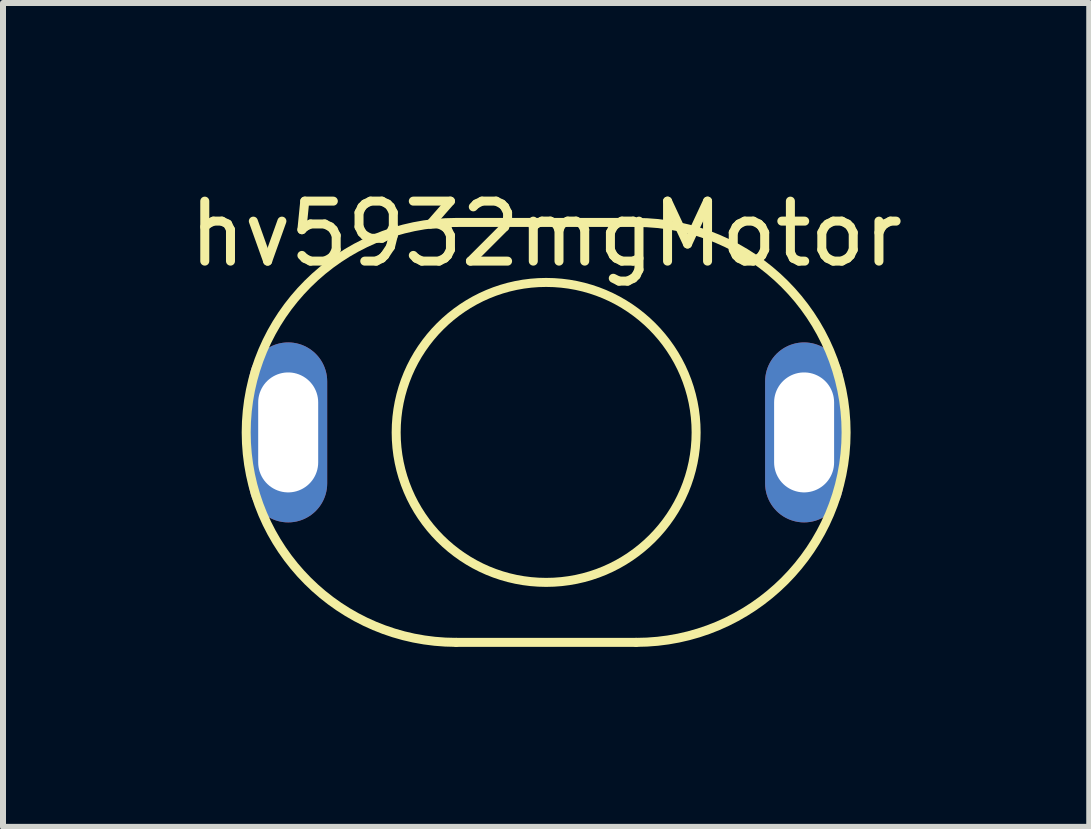
<source format=kicad_pcb>
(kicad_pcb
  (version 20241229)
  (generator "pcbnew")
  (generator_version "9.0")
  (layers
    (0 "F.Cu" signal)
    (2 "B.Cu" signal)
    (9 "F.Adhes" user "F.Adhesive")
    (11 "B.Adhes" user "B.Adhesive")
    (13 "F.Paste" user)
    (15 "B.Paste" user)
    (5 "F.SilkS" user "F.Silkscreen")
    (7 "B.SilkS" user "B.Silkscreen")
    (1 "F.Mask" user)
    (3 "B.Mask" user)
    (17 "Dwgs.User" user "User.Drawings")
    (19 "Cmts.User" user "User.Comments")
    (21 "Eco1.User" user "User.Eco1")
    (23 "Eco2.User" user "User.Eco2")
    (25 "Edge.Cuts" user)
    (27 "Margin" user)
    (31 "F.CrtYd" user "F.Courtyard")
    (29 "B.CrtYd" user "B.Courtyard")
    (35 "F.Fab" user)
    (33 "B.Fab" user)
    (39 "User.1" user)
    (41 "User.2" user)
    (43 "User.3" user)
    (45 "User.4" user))
  (footprint "hv5932mgMotor"
    (layer "F.Cu")
    (at 6.054 4.158)
    (property "Reference" "hv5932mgMotor" (at 0 -3.31 0) (layer "F.SilkS") (effects (font (size 1 1) (thickness 0.15))))
    (attr through_hole)
    (fp_line (start -1.5 -3.5) (end 1.5 -3.5) (stroke (width 0.15) (type solid)) (layer "F.SilkS"))
    (fp_line (start -1.5 3.5) (end 1.5 3.5) (stroke (width 0.15) (type solid)) (layer "F.SilkS"))
    (fp_arc (start -1.5 3.5) (mid -5 0) (end -1.5 -3.5) (stroke (width 0.15) (type solid)) (layer "F.SilkS"))
    (fp_arc (start 1.5 -3.5) (mid 5 0) (end 1.5 3.5) (stroke (width 0.15) (type solid)) (layer "F.SilkS"))
    (fp_circle (center 0 0) (end 2.5 0) (stroke (width 0.15) (type solid)) (fill no) (layer "F.SilkS"))
    (pad "1" thru_hole oval (at -4.3 0) (size 1.3 3) (drill oval 1 2) (layers "*.Cu" "*.Mask"))
    (pad "2" thru_hole oval (at 4.3 0) (size 1.3 3) (drill oval 1 2) (layers "*.Cu" "*.Mask")))
  (gr_rect
    (start -3 -3)
    (end 15.107 10.733)
    (stroke (width 0.1) (type default))
    (fill no)
    (layer "Edge.Cuts")))
</source>
